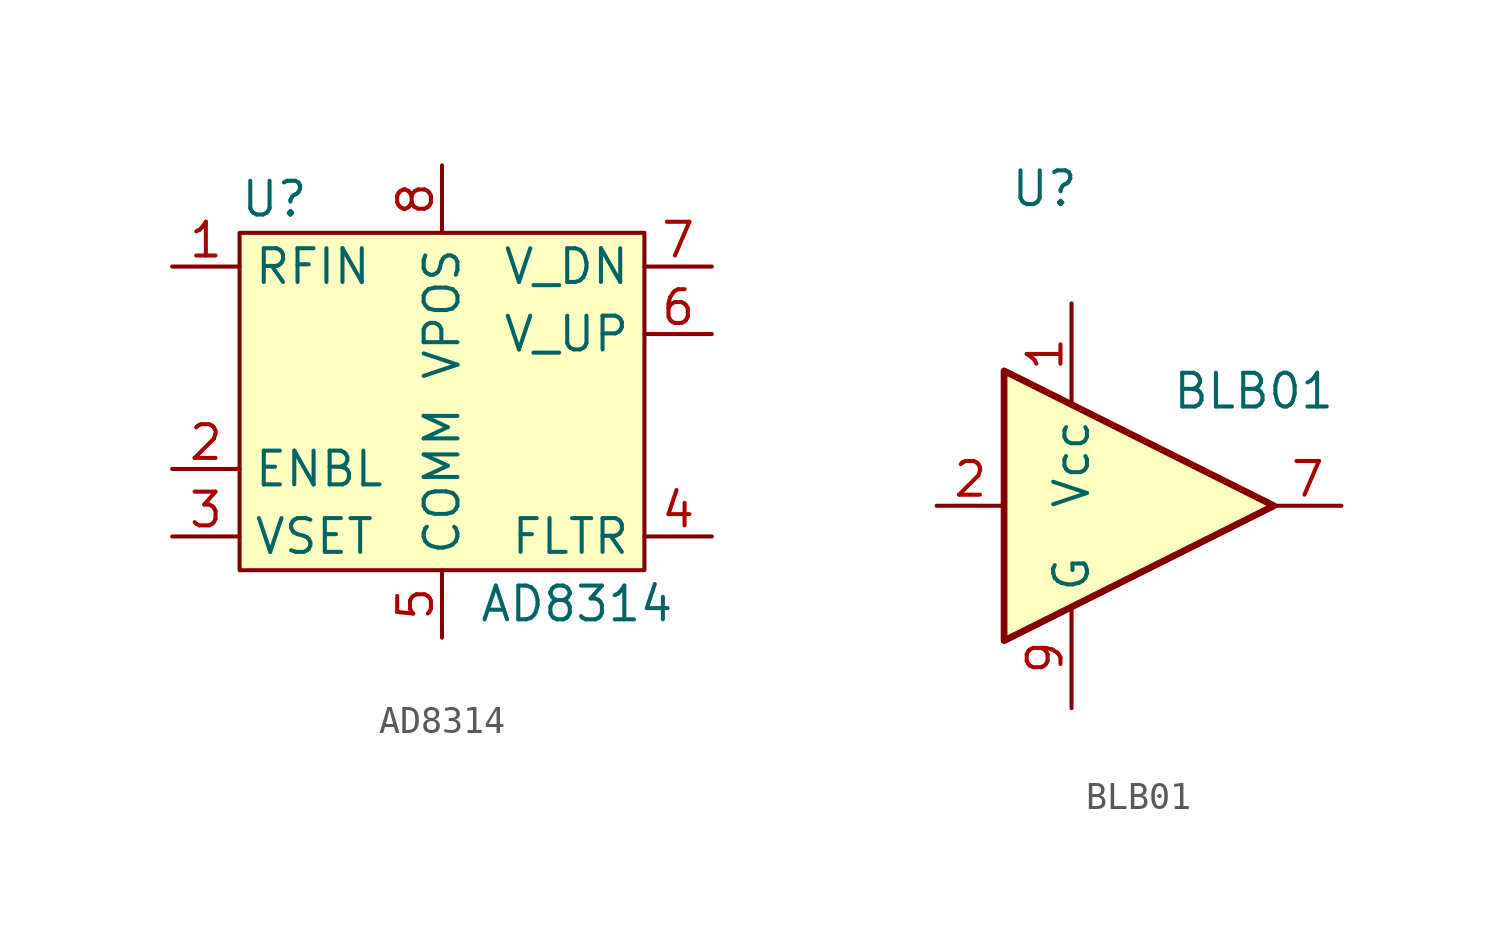
<source format=kicad_sym>
(kicad_symbol_lib
  (version 20231120)
  (generator "kicad_symbol_editor")
  (generator_version "8.0")
  (symbol "AD8314"
    (property "Reference" "U"
      (at -7.62 1.27 0)
      (effects (font (size 1.27 1.27)) (justify left)))
    (property "Value" "AD8314"
      (at 5.08 -13.97 0)
      (effects (font (size 1.27 1.27))))
    (symbol "AD8314_0_1"
      (rectangle (start -7.62 0) (end 7.62 -12.7) (stroke (width 0) (type default)) (fill (type background))))
    (symbol "AD8314_1_1"
      (pin input line (at -10.16 -1.27 0) (length 2.54) (name "RFIN" (effects (font (size 1.27 1.27)))) (number "1" (effects (font (size 1.27 1.27)))))
      (pin input line (at -10.16 -8.89 0) (length 2.54) (name "ENBL" (effects (font (size 1.27 1.27)))) (number "2" (effects (font (size 1.27 1.27)))))
      (pin input line (at -10.16 -11.43 0) (length 2.54) (name "VSET" (effects (font (size 1.27 1.27)))) (number "3" (effects (font (size 1.27 1.27)))))
      (pin input line (at 10.16 -11.43 180) (length 2.54) (name "FLTR" (effects (font (size 1.27 1.27)))) (number "4" (effects (font (size 1.27 1.27)))))
      (pin power_in line (at 0 -15.24 90) (length 2.54) (name "COMM" (effects (font (size 1.27 1.27)))) (number "5" (effects (font (size 1.27 1.27)))))
      (pin output line (at 10.16 -3.81 180) (length 2.54) (name "V_UP" (effects (font (size 1.27 1.27)))) (number "6" (effects (font (size 1.27 1.27)))))
      (pin output line (at 10.16 -1.27 180) (length 2.54) (name "V_DN" (effects (font (size 1.27 1.27)))) (number "7" (effects (font (size 1.27 1.27)))))
      (pin power_in line (at 0 2.54 270) (length 2.54) (name "VPOS" (effects (font (size 1.27 1.27)))) (number "8" (effects (font (size 1.27 1.27)))))
      (pin power_in line (at 0 -15.24 90) (length 2.54) hide (name "GND" (effects (font (size 1.27 1.27)))) (number "9" (effects (font (size 1.27 1.27)))))))
  (symbol "BLB01"
    (property "Reference" "U"
      (at -1.016 11.938 0)
      (effects (font (size 1.27 1.27))))
    (property "Value" "BLB01"
      (at 6.858 4.318 0)
      (effects (font (size 1.27 1.27))))
    (symbol "BLB01_0_1"
      (polyline (pts (xy 7.62 0) (xy -2.54 5.08) (xy -2.54 -5.08) (xy 7.62 0)) (stroke (width 0.254) (type default)) (fill (type background))))
    (symbol "BLB01_1_0"
      (pin input line (at -5.08 0 0) (length 2.54) (name "" (effects (font (size 1.27 1.27)))) (number "2" (effects (font (size 1.27 1.27)))))
      (pin no_connect line (at -2.54 -1.27 0) (length 2.54) hide (name "" (effects (font (size 1.27 1.27)))) (number "6" (effects (font (size 1.27 1.27)))))
      (pin no_connect line (at -2.54 -2.54 0) (length 2.54) hide (name "" (effects (font (size 1.27 1.27)))) (number "8" (effects (font (size 1.27 1.27))))))
    (symbol "BLB01_1_1"
      (pin power_in line (at 0 7.62 270) (length 3.81) (name "Vcc" (effects (font (size 1.27 1.27)))) (number "1" (effects (font (size 1.27 1.27)))))
      (pin no_connect line (at -2.54 3.81 0) (length 2.54) hide (name "" (effects (font (size 1.27 1.27)))) (number "3" (effects (font (size 1.27 1.27)))))
      (pin no_connect line (at -2.54 2.54 0) (length 2.54) hide (name "" (effects (font (size 1.27 1.27)))) (number "4" (effects (font (size 1.27 1.27)))))
      (pin no_connect line (at -2.54 1.27 0) (length 2.54) hide (name "" (effects (font (size 1.27 1.27)))) (number "5" (effects (font (size 1.27 1.27)))))
      (pin output line (at 10.16 0 180) (length 2.54) (name "" (effects (font (size 1.27 1.27)))) (number "7" (effects (font (size 1.27 1.27)))))
      (pin power_in line (at 0 -7.62 90) (length 3.81) (name "G" (effects (font (size 1.27 1.27)))) (number "9" (effects (font (size 1.27 1.27))))))))
</source>
